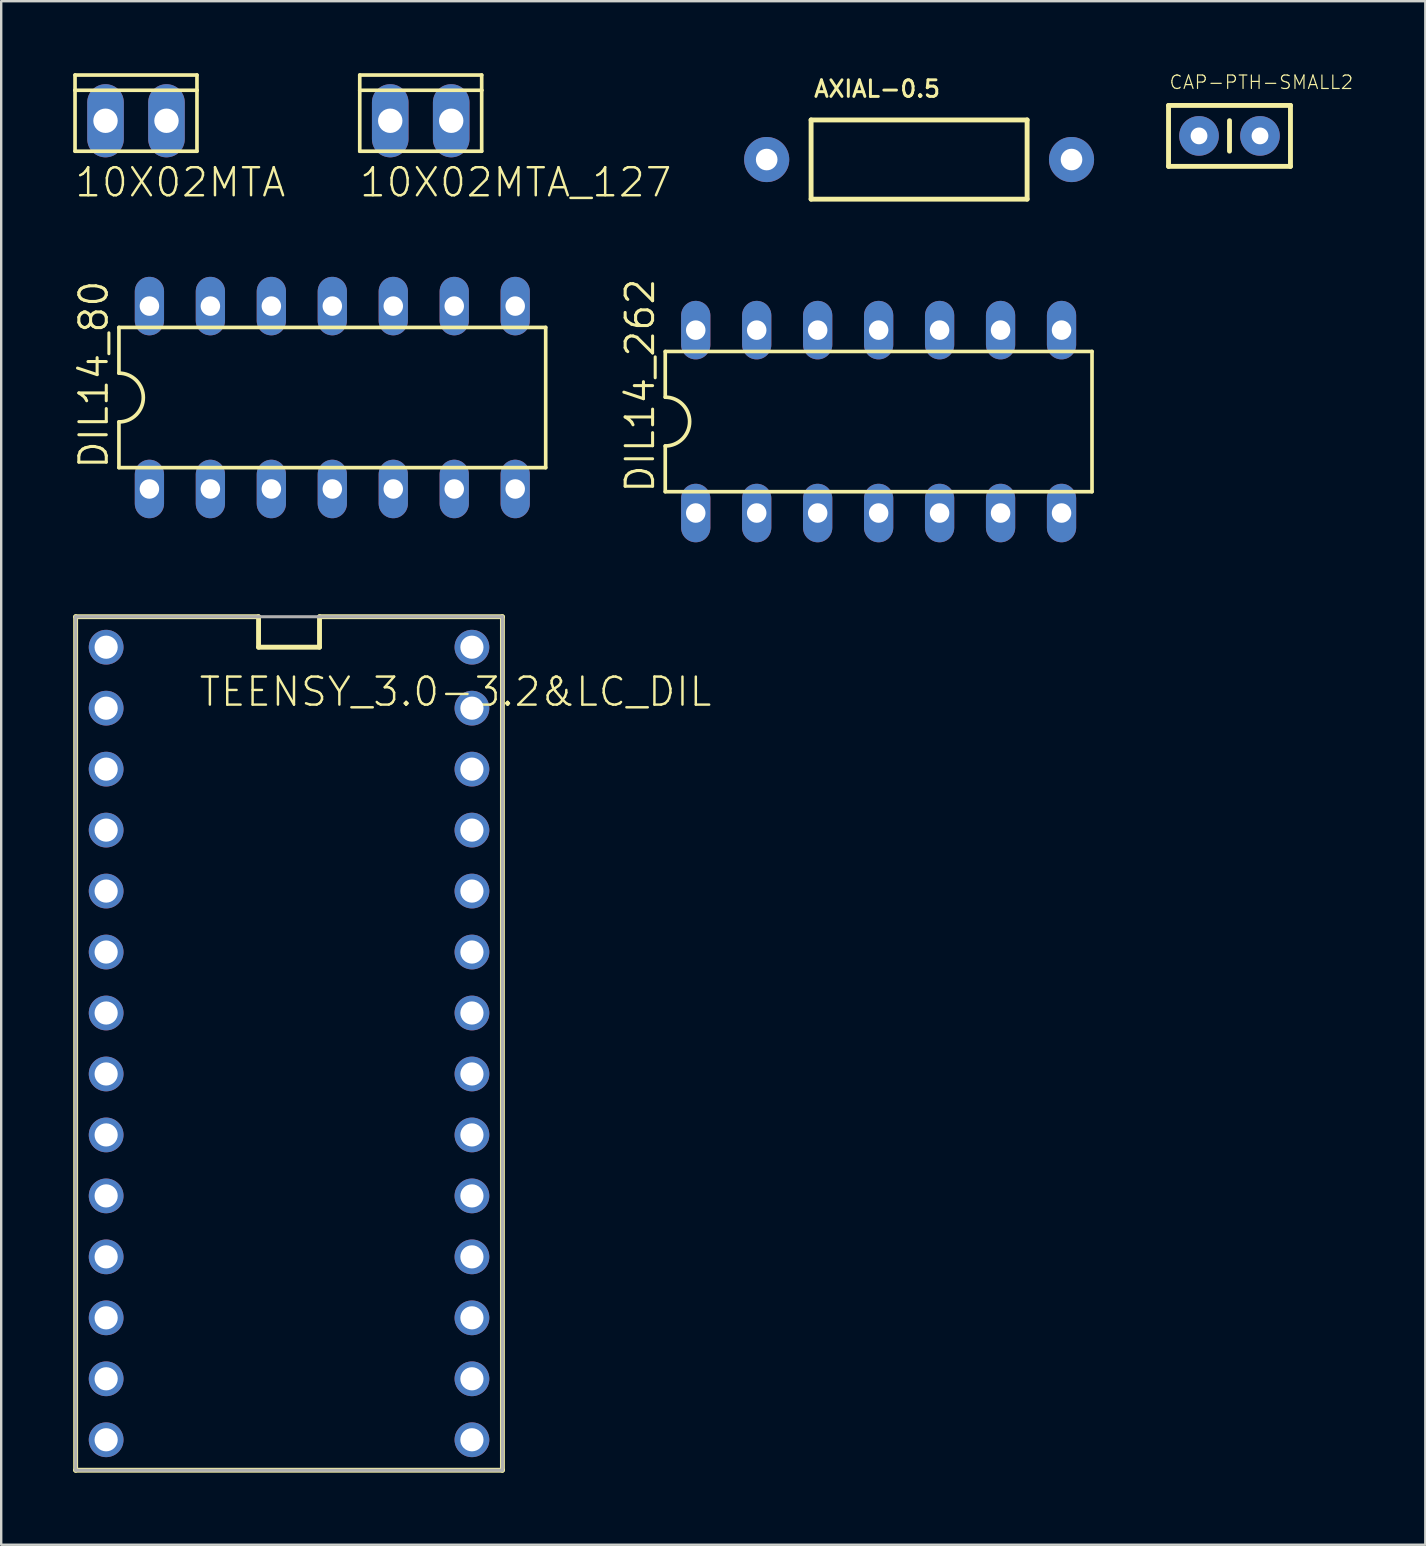
<source format=kicad_pcb>
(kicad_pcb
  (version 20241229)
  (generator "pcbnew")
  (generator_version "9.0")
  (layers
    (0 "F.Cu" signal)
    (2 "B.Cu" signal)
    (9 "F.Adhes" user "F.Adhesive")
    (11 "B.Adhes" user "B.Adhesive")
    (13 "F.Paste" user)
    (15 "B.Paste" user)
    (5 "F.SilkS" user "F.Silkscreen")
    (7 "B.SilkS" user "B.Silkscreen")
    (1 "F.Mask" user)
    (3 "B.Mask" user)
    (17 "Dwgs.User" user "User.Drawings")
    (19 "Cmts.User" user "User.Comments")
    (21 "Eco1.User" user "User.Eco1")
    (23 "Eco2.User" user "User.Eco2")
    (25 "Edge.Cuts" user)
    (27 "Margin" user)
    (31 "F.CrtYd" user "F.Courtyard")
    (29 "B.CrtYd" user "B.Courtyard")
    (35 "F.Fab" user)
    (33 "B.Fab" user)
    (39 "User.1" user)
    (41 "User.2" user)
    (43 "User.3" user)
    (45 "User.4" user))
  (footprint "10X02MTA_127"
    (layer "F.Cu")
    (at 14.478 1.981)
    (property "Reference" "10X02MTA_127" (at -2.616 3.251 0) (unlocked yes) (layer "F.SilkS") (effects (font (size 1.168 1.168) (thickness 0.102)) (justify left bottom)))
    (fp_line (start -2.54 -1.27) (end -2.54 -1.905) (stroke (width 0.152) (type solid)) (layer "F.SilkS"))
    (fp_line (start -2.54 1.27) (end -2.54 -1.27) (stroke (width 0.152) (type solid)) (layer "F.SilkS"))
    (fp_line (start -2.54 1.27) (end 2.54 1.27) (stroke (width 0.152) (type solid)) (layer "F.SilkS"))
    (fp_line (start 2.54 -1.905) (end -2.54 -1.905) (stroke (width 0.152) (type solid)) (layer "F.SilkS"))
    (fp_line (start 2.54 -1.905) (end 2.54 -1.27) (stroke (width 0.152) (type solid)) (layer "F.SilkS"))
    (fp_line (start 2.54 -1.27) (end -2.54 -1.27) (stroke (width 0.152) (type solid)) (layer "F.SilkS"))
    (fp_line (start 2.54 -1.27) (end 2.54 1.27) (stroke (width 0.152) (type solid)) (layer "F.SilkS"))
    (fp_poly (pts (xy -1.524 0.254) (xy -1.016 0.254) (xy -1.016 -0.254) (xy -1.524 -0.254)) (stroke (width 0) (type default)) (fill yes) (layer "F.SilkS"))
    (fp_poly (pts (xy 1.016 0.254) (xy 1.524 0.254) (xy 1.524 -0.254) (xy 1.016 -0.254)) (stroke (width 0) (type default)) (fill yes) (layer "F.SilkS"))
    (pad "1" thru_hole oval (at 1.27 0 90) (size 3.048 1.524) (drill 1.016) (layers "*.Cu" "*.Mask"))
    (pad "2" thru_hole oval (at -1.27 0 90) (size 3.048 1.524) (drill 1.016) (layers "*.Cu" "*.Mask")))
  (footprint "CAP-PTH-SMALL2"
    (layer "F.Cu")
    (at 46.904 2.612)
    (property "Reference" "CAP-PTH-SMALL2" (at -1.27 -1.905 0) (unlocked yes) (layer "F.SilkS") (effects (font (size 0.561 0.561) (thickness 0.049)) (justify left bottom)))
    (fp_line (start -1.27 -1.27) (end 3.81 -1.27) (stroke (width 0.203) (type solid)) (layer "F.SilkS"))
    (fp_line (start -1.27 1.27) (end -1.27 -1.27) (stroke (width 0.203) (type solid)) (layer "F.SilkS"))
    (fp_line (start 1.27 -0.635) (end 1.27 0.635) (stroke (width 0.203) (type solid)) (layer "F.SilkS"))
    (fp_line (start 3.81 -1.27) (end 3.81 1.27) (stroke (width 0.203) (type solid)) (layer "F.SilkS"))
    (fp_line (start 3.81 1.27) (end -1.27 1.27) (stroke (width 0.203) (type solid)) (layer "F.SilkS"))
    (pad "1" thru_hole circle (at 0 0) (size 1.651 1.651) (drill 0.7) (layers "*.Cu" "*.Mask"))
    (pad "2" thru_hole circle (at 2.54 0) (size 1.651 1.651) (drill 0.7) (layers "*.Cu" "*.Mask")))
  (footprint "10X02MTA"
    (layer "F.Cu")
    (at 2.616 1.981)
    (property "Reference" "10X02MTA" (at -2.616 3.251 0) (unlocked yes) (layer "F.SilkS") (effects (font (size 1.168 1.168) (thickness 0.102)) (justify left bottom)))
    (fp_line (start -2.54 -1.27) (end -2.54 -1.905) (stroke (width 0.152) (type solid)) (layer "F.SilkS"))
    (fp_line (start -2.54 1.27) (end -2.54 -1.27) (stroke (width 0.152) (type solid)) (layer "F.SilkS"))
    (fp_line (start -2.54 1.27) (end 2.54 1.27) (stroke (width 0.152) (type solid)) (layer "F.SilkS"))
    (fp_line (start 2.54 -1.905) (end -2.54 -1.905) (stroke (width 0.152) (type solid)) (layer "F.SilkS"))
    (fp_line (start 2.54 -1.905) (end 2.54 -1.27) (stroke (width 0.152) (type solid)) (layer "F.SilkS"))
    (fp_line (start 2.54 -1.27) (end -2.54 -1.27) (stroke (width 0.152) (type solid)) (layer "F.SilkS"))
    (fp_line (start 2.54 -1.27) (end 2.54 1.27) (stroke (width 0.152) (type solid)) (layer "F.SilkS"))
    (fp_poly (pts (xy -1.524 0.254) (xy -1.016 0.254) (xy -1.016 -0.254) (xy -1.524 -0.254)) (stroke (width 0) (type default)) (fill yes) (layer "F.SilkS"))
    (fp_poly (pts (xy 1.016 0.254) (xy 1.524 0.254) (xy 1.524 -0.254) (xy 1.016 -0.254)) (stroke (width 0) (type default)) (fill yes) (layer "F.SilkS"))
    (pad "1" thru_hole oval (at 1.27 0 90) (size 3.048 1.524) (drill 1.016) (layers "*.Cu" "*.Mask"))
    (pad "2" thru_hole oval (at -1.27 0 90) (size 3.048 1.524) (drill 1.016) (layers "*.Cu" "*.Mask")))
  (footprint "TEENSY_3.0-3.2&LC_DIL"
    (layer "F.Cu")
    (at 8.992 40.424)
    (property "Reference" "TEENSY_3.0-3.2&LC_DIL" (at -3.81 -13.97 0) (unlocked yes) (layer "F.SilkS") (effects (font (size 1.168 1.168) (thickness 0.102)) (justify left bottom)))
    (fp_line (start -8.89 -17.78) (end -1.27 -17.78) (stroke (width 0.203) (type solid)) (layer "F.SilkS"))
    (fp_line (start -8.89 17.78) (end -8.89 -17.78) (stroke (width 0.203) (type solid)) (layer "F.SilkS"))
    (fp_line (start -1.27 -17.78) (end -1.27 -16.51) (stroke (width 0.203) (type solid)) (layer "F.SilkS"))
    (fp_line (start -1.27 -16.51) (end 1.27 -16.51) (stroke (width 0.203) (type solid)) (layer "F.SilkS"))
    (fp_line (start 1.27 -17.78) (end 8.89 -17.78) (stroke (width 0.203) (type solid)) (layer "F.SilkS"))
    (fp_line (start 1.27 -16.51) (end 1.27 -17.78) (stroke (width 0.203) (type solid)) (layer "F.SilkS"))
    (fp_line (start 8.89 -17.78) (end 8.89 17.78) (stroke (width 0.203) (type solid)) (layer "F.SilkS"))
    (fp_line (start 8.89 17.78) (end -8.89 17.78) (stroke (width 0.203) (type solid)) (layer "F.SilkS"))
    (fp_line (start -8.89 -17.78) (end 8.89 -17.78) (stroke (width 0.127) (type solid)) (layer "F.Fab"))
    (fp_line (start -8.89 17.78) (end -8.89 -17.78) (stroke (width 0.127) (type solid)) (layer "F.Fab"))
    (fp_line (start 8.89 -17.78) (end 8.89 17.78) (stroke (width 0.127) (type solid)) (layer "F.Fab"))
    (fp_line (start 8.89 17.78) (end -8.89 17.78) (stroke (width 0.127) (type solid)) (layer "F.Fab"))
    (pad "0" thru_hole circle (at -7.62 -13.97) (size 1.448 1.448) (drill 0.965) (layers "*.Cu" "*.Mask"))
    (pad "1" thru_hole circle (at -7.62 -11.43) (size 1.448 1.448) (drill 0.965) (layers "*.Cu" "*.Mask"))
    (pad "2" thru_hole circle (at -7.62 -8.89) (size 1.448 1.448) (drill 0.965) (layers "*.Cu" "*.Mask"))
    (pad "3" thru_hole circle (at -7.62 -6.35) (size 1.448 1.448) (drill 0.965) (layers "*.Cu" "*.Mask"))
    (pad "3.3V" thru_hole circle (at 7.62 -11.43) (size 1.448 1.448) (drill 0.965) (layers "*.Cu" "*.Mask"))
    (pad "4" thru_hole circle (at -7.62 -3.81) (size 1.448 1.448) (drill 0.965) (layers "*.Cu" "*.Mask"))
    (pad "5" thru_hole circle (at -7.62 -1.27) (size 1.448 1.448) (drill 0.965) (layers "*.Cu" "*.Mask"))
    (pad "6" thru_hole circle (at -7.62 1.27) (size 1.448 1.448) (drill 0.965) (layers "*.Cu" "*.Mask"))
    (pad "7" thru_hole circle (at -7.62 3.81) (size 1.448 1.448) (drill 0.965) (layers "*.Cu" "*.Mask"))
    (pad "8" thru_hole circle (at -7.62 6.35) (size 1.448 1.448) (drill 0.965) (layers "*.Cu" "*.Mask"))
    (pad "9" thru_hole circle (at -7.62 8.89) (size 1.448 1.448) (drill 0.965) (layers "*.Cu" "*.Mask"))
    (pad "10" thru_hole circle (at -7.62 11.43) (size 1.448 1.448) (drill 0.965) (layers "*.Cu" "*.Mask"))
    (pad "11" thru_hole circle (at -7.62 13.97) (size 1.448 1.448) (drill 0.965) (layers "*.Cu" "*.Mask"))
    (pad "12" thru_hole circle (at -7.62 16.51) (size 1.448 1.448) (drill 0.965) (layers "*.Cu" "*.Mask"))
    (pad "13" thru_hole circle (at 7.62 16.51) (size 1.448 1.448) (drill 0.965) (layers "*.Cu" "*.Mask"))
    (pad "14/A0" thru_hole circle (at 7.62 13.97) (size 1.448 1.448) (drill 0.965) (layers "*.Cu" "*.Mask"))
    (pad "15/A1" thru_hole circle (at 7.62 11.43) (size 1.448 1.448) (drill 0.965) (layers "*.Cu" "*.Mask"))
    (pad "16/A2" thru_hole circle (at 7.62 8.89) (size 1.448 1.448) (drill 0.965) (layers "*.Cu" "*.Mask"))
    (pad "17/A3" thru_hole circle (at 7.62 6.35) (size 1.448 1.448) (drill 0.965) (layers "*.Cu" "*.Mask"))
    (pad "18/A4" thru_hole circle (at 7.62 3.81) (size 1.448 1.448) (drill 0.965) (layers "*.Cu" "*.Mask"))
    (pad "19/A5" thru_hole circle (at 7.62 1.27) (size 1.448 1.448) (drill 0.965) (layers "*.Cu" "*.Mask"))
    (pad "20/A6" thru_hole circle (at 7.62 -1.27) (size 1.448 1.448) (drill 0.965) (layers "*.Cu" "*.Mask"))
    (pad "21/A7" thru_hole circle (at 7.62 -3.81) (size 1.448 1.448) (drill 0.965) (layers "*.Cu" "*.Mask"))
    (pad "22/A8" thru_hole circle (at 7.62 -6.35) (size 1.448 1.448) (drill 0.965) (layers "*.Cu" "*.Mask"))
    (pad "23/A9" thru_hole circle (at 7.62 -8.89) (size 1.448 1.448) (drill 0.965) (layers "*.Cu" "*.Mask"))
    (pad "AGND" thru_hole circle (at 7.62 -13.97) (size 1.448 1.448) (drill 0.965) (layers "*.Cu" "*.Mask"))
    (pad "GND" thru_hole circle (at -7.62 -16.51) (size 1.448 1.448) (drill 0.965) (layers "*.Cu" "*.Mask"))
    (pad "VIN" thru_hole circle (at 7.62 -16.51) (size 1.448 1.448) (drill 0.965) (layers "*.Cu" "*.Mask")))
  (footprint "DIL14_262"
    (layer "F.Cu")
    (at 33.556 14.514)
    (property "Reference" "DIL14_262" (at -9.271 3.048 90) (unlocked yes) (layer "F.SilkS") (effects (font (size 1.143 1.143) (thickness 0.127)) (justify left bottom)))
    (fp_line (start -8.89 -2.921) (end -8.89 -1.016) (stroke (width 0.152) (type solid)) (layer "F.SilkS"))
    (fp_line (start -8.89 2.921) (end -8.89 1.016) (stroke (width 0.152) (type solid)) (layer "F.SilkS"))
    (fp_line (start -8.89 2.921) (end 8.89 2.921) (stroke (width 0.152) (type solid)) (layer "F.SilkS"))
    (fp_line (start 8.89 -2.921) (end -8.89 -2.921) (stroke (width 0.152) (type solid)) (layer "F.SilkS"))
    (fp_line (start 8.89 -2.921) (end 8.89 2.921) (stroke (width 0.152) (type solid)) (layer "F.SilkS"))
    (fp_arc (start -8.89 -1.016) (mid -7.874 0) (end -8.89 1.016) (stroke (width 0.1524) (type solid)) (layer "F.SilkS"))
    (pad "1" thru_hole oval (at -7.62 3.81 90) (size 2.438 1.219) (drill 0.813) (layers "*.Cu" "*.Mask"))
    (pad "2" thru_hole oval (at -5.08 3.81 90) (size 2.438 1.219) (drill 0.813) (layers "*.Cu" "*.Mask"))
    (pad "3" thru_hole oval (at -2.54 3.81 90) (size 2.438 1.219) (drill 0.813) (layers "*.Cu" "*.Mask"))
    (pad "4" thru_hole oval (at 0 3.81 90) (size 2.438 1.219) (drill 0.813) (layers "*.Cu" "*.Mask"))
    (pad "5" thru_hole oval (at 2.54 3.81 90) (size 2.438 1.219) (drill 0.813) (layers "*.Cu" "*.Mask"))
    (pad "6" thru_hole oval (at 5.08 3.81 90) (size 2.438 1.219) (drill 0.813) (layers "*.Cu" "*.Mask"))
    (pad "7" thru_hole oval (at 7.62 3.81 90) (size 2.438 1.219) (drill 0.813) (layers "*.Cu" "*.Mask"))
    (pad "8" thru_hole oval (at 7.62 -3.81 90) (size 2.438 1.219) (drill 0.813) (layers "*.Cu" "*.Mask"))
    (pad "9" thru_hole oval (at 5.08 -3.81 90) (size 2.438 1.219) (drill 0.813) (layers "*.Cu" "*.Mask"))
    (pad "10" thru_hole oval (at 2.54 -3.81 90) (size 2.438 1.219) (drill 0.813) (layers "*.Cu" "*.Mask"))
    (pad "11" thru_hole oval (at 0 -3.81 90) (size 2.438 1.219) (drill 0.813) (layers "*.Cu" "*.Mask"))
    (pad "12" thru_hole oval (at -2.54 -3.81 90) (size 2.438 1.219) (drill 0.813) (layers "*.Cu" "*.Mask"))
    (pad "13" thru_hole oval (at -5.08 -3.81 90) (size 2.438 1.219) (drill 0.813) (layers "*.Cu" "*.Mask"))
    (pad "14" thru_hole oval (at -7.62 -3.81 90) (size 2.438 1.219) (drill 0.813) (layers "*.Cu" "*.Mask")))
  (footprint "AXIAL-0.5"
    (layer "F.Cu")
    (at 35.242 3.597)
    (property "Reference" "AXIAL-0.5" (at -4.445 -2.54 0) (unlocked yes) (layer "F.SilkS") (effects (font (size 0.691 0.691) (thickness 0.122)) (justify left bottom)))
    (fp_line (start -4.5 -1.65) (end 4.5 -1.65) (stroke (width 0.203) (type solid)) (layer "F.SilkS"))
    (fp_line (start -4.5 1.65) (end -4.5 -1.65) (stroke (width 0.203) (type solid)) (layer "F.SilkS"))
    (fp_line (start 4.5 -1.65) (end 4.5 1.65) (stroke (width 0.203) (type solid)) (layer "F.SilkS"))
    (fp_line (start 4.5 1.65) (end -4.5 1.65) (stroke (width 0.203) (type solid)) (layer "F.SilkS"))
    (pad "P$1" thru_hole circle (at -6.35 0) (size 1.88 1.88) (drill 0.9) (layers "*.Cu" "*.Mask"))
    (pad "P$2" thru_hole circle (at 6.35 0) (size 1.88 1.88) (drill 0.9) (layers "*.Cu" "*.Mask")))
  (footprint "DIL14_80"
    (layer "F.Cu")
    (at 10.795 13.512)
    (property "Reference" "DIL14_80" (at -9.271 3.048 90) (unlocked yes) (layer "F.SilkS") (effects (font (size 1.143 1.143) (thickness 0.127)) (justify left bottom)))
    (fp_line (start -8.89 -2.921) (end -8.89 -1.016) (stroke (width 0.152) (type solid)) (layer "F.SilkS"))
    (fp_line (start -8.89 2.921) (end -8.89 1.016) (stroke (width 0.152) (type solid)) (layer "F.SilkS"))
    (fp_line (start -8.89 2.921) (end 8.89 2.921) (stroke (width 0.152) (type solid)) (layer "F.SilkS"))
    (fp_line (start 8.89 -2.921) (end -8.89 -2.921) (stroke (width 0.152) (type solid)) (layer "F.SilkS"))
    (fp_line (start 8.89 -2.921) (end 8.89 2.921) (stroke (width 0.152) (type solid)) (layer "F.SilkS"))
    (fp_arc (start -8.89 -1.016) (mid -7.874 0) (end -8.89 1.016) (stroke (width 0.1524) (type solid)) (layer "F.SilkS"))
    (pad "1" thru_hole oval (at -7.62 3.81 90) (size 2.438 1.219) (drill 0.813) (layers "*.Cu" "*.Mask"))
    (pad "2" thru_hole oval (at -5.08 3.81 90) (size 2.438 1.219) (drill 0.813) (layers "*.Cu" "*.Mask"))
    (pad "3" thru_hole oval (at -2.54 3.81 90) (size 2.438 1.219) (drill 0.813) (layers "*.Cu" "*.Mask"))
    (pad "4" thru_hole oval (at 0 3.81 90) (size 2.438 1.219) (drill 0.813) (layers "*.Cu" "*.Mask"))
    (pad "5" thru_hole oval (at 2.54 3.81 90) (size 2.438 1.219) (drill 0.813) (layers "*.Cu" "*.Mask"))
    (pad "6" thru_hole oval (at 5.08 3.81 90) (size 2.438 1.219) (drill 0.813) (layers "*.Cu" "*.Mask"))
    (pad "7" thru_hole oval (at 7.62 3.81 90) (size 2.438 1.219) (drill 0.813) (layers "*.Cu" "*.Mask"))
    (pad "8" thru_hole oval (at 7.62 -3.81 90) (size 2.438 1.219) (drill 0.813) (layers "*.Cu" "*.Mask"))
    (pad "9" thru_hole oval (at 5.08 -3.81 90) (size 2.438 1.219) (drill 0.813) (layers "*.Cu" "*.Mask"))
    (pad "10" thru_hole oval (at 2.54 -3.81 90) (size 2.438 1.219) (drill 0.813) (layers "*.Cu" "*.Mask"))
    (pad "11" thru_hole oval (at 0 -3.81 90) (size 2.438 1.219) (drill 0.813) (layers "*.Cu" "*.Mask"))
    (pad "12" thru_hole oval (at -2.54 -3.81 90) (size 2.438 1.219) (drill 0.813) (layers "*.Cu" "*.Mask"))
    (pad "13" thru_hole oval (at -5.08 -3.81 90) (size 2.438 1.219) (drill 0.813) (layers "*.Cu" "*.Mask"))
    (pad "14" thru_hole oval (at -7.62 -3.81 90) (size 2.438 1.219) (drill 0.813) (layers "*.Cu" "*.Mask")))
  (gr_rect
    (start -3 -3)
    (end 56.332 61.306)
    (stroke (width 0.1) (type default))
    (fill no)
    (layer "Edge.Cuts")))
</source>
